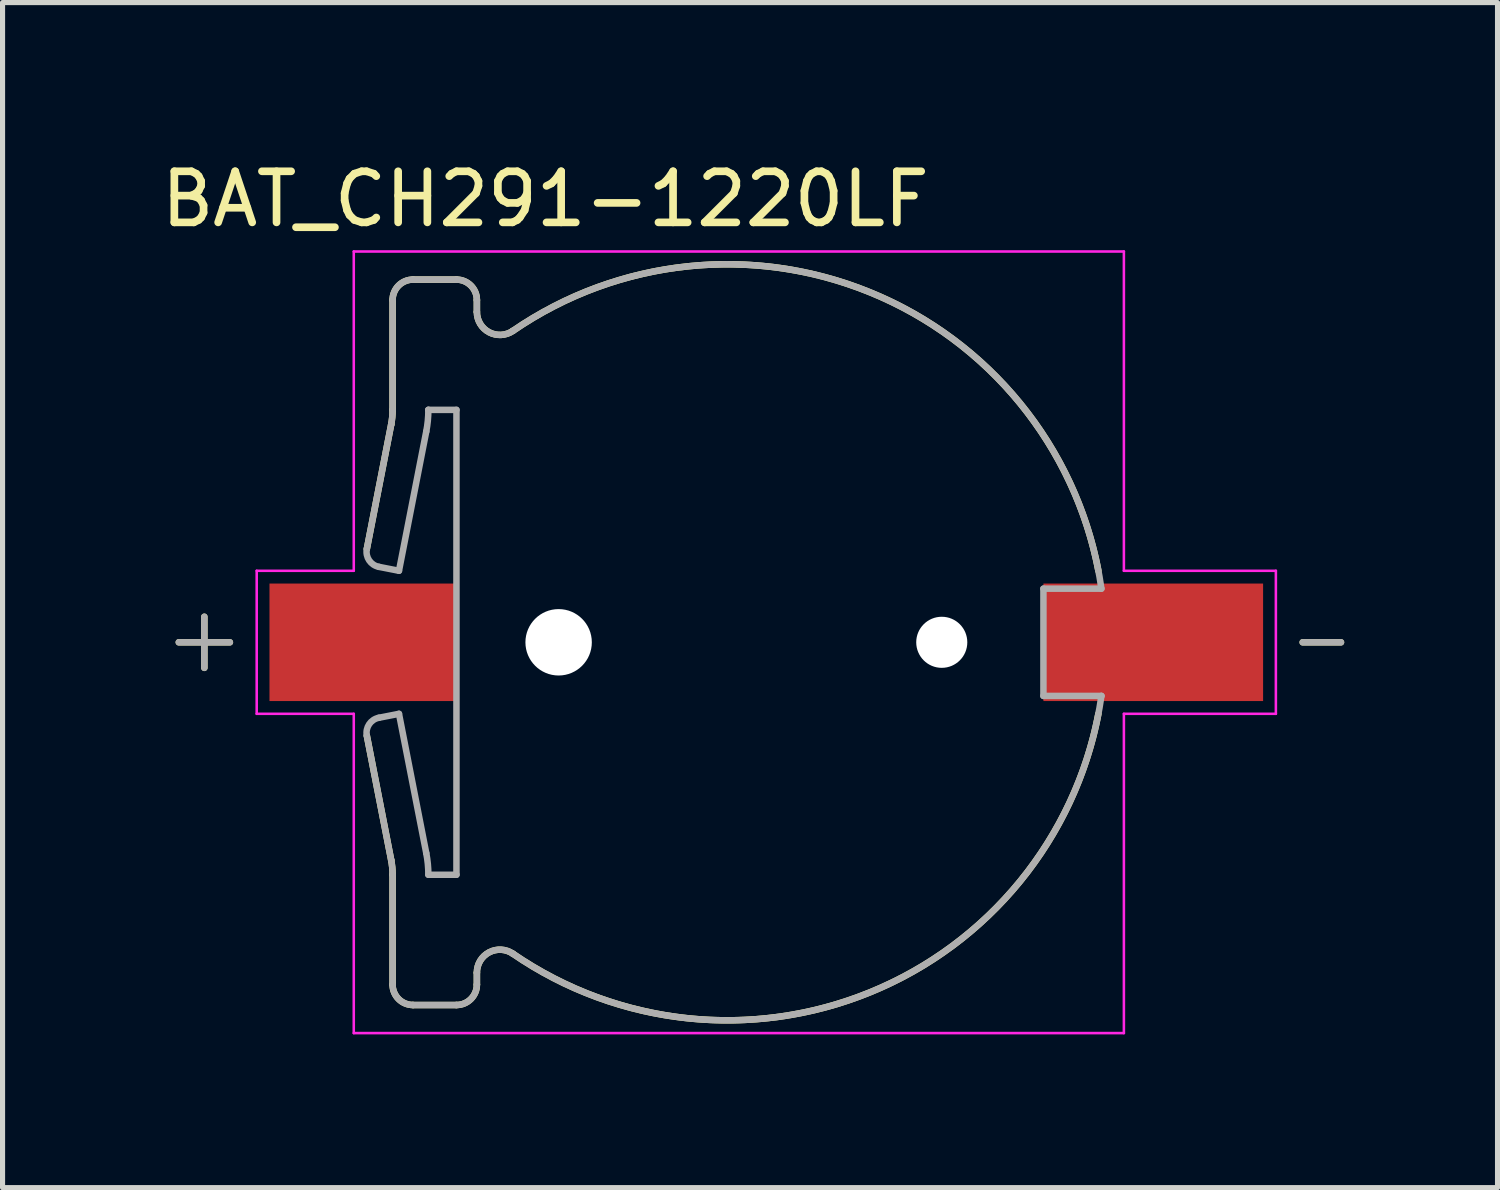
<source format=kicad_pcb>
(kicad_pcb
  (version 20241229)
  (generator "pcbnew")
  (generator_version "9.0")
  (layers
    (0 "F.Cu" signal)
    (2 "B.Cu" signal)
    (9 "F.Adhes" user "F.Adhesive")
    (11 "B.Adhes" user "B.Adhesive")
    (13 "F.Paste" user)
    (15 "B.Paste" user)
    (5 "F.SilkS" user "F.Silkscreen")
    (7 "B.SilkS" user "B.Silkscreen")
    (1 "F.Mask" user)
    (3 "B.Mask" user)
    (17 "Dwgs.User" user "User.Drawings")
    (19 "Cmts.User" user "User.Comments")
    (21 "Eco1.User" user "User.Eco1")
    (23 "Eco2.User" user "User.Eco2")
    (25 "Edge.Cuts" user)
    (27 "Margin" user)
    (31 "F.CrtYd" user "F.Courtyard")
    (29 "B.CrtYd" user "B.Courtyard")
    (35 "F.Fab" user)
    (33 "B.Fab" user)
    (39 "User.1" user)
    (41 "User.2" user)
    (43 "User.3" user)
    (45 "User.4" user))
  (footprint "BAT_CH291-1220LF"
    (layer "F.Cu")
    (at 11.95 9.523)
    (property "Reference" "BAT_CH291-1220LF" (at -4.325 -8.675 0) (layer "F.SilkS") (effects (font (size 1 1) (thickness 0.15))))
    (attr smd)
    (fp_line (start -11 -0.5) (end -11 0.5) (stroke (width 0.127) (type solid)) (layer "F.SilkS"))
    (fp_line (start -10.5 0) (end -11.5 0) (stroke (width 0.127) (type solid)) (layer "F.SilkS"))
    (fp_line (start -7.819 1.829) (end -7.343 4.262) (stroke (width 0.127) (type solid)) (layer "F.SilkS"))
    (fp_line (start -7.343 -4.262) (end -7.819 -1.829) (stroke (width 0.127) (type solid)) (layer "F.SilkS"))
    (fp_line (start -7.315 -6.7) (end -7.315 -4.55) (stroke (width 0.127) (type solid)) (layer "F.SilkS"))
    (fp_line (start -7.315 4.55) (end -7.315 6.7) (stroke (width 0.127) (type solid)) (layer "F.SilkS"))
    (fp_line (start -6.065 -7.1) (end -6.915 -7.1) (stroke (width 0.127) (type solid)) (layer "F.SilkS"))
    (fp_line (start -6.065 7.1) (end -6.915 7.1) (stroke (width 0.127) (type solid)) (layer "F.SilkS"))
    (fp_line (start -5.665 -6.7) (end -5.665 -6.467) (stroke (width 0.127) (type solid)) (layer "F.SilkS"))
    (fp_line (start -5.665 6.467) (end -5.665 6.7) (stroke (width 0.127) (type solid)) (layer "F.SilkS"))
    (fp_line (start 10.5 0) (end 11.25 0) (stroke (width 0.127) (type solid)) (layer "F.SilkS"))
    (fp_arc (start -7.34297 4.26171) (mid -7.32201 4.405178) (end -7.315 4.55) (stroke (width 0.127) (type solid)) (layer "F.SilkS"))
    (fp_arc (start -7.315 -6.7) (mid -7.197843 -6.982843) (end -6.915 -7.1) (stroke (width 0.127) (type solid)) (layer "F.SilkS"))
    (fp_arc (start -7.31499 -4.55) (mid -7.322 -4.405178) (end -7.34296 -4.26171) (stroke (width 0.127) (type solid)) (layer "F.SilkS"))
    (fp_arc (start -6.915 7.1) (mid -7.197843 6.982843) (end -7.315 6.7) (stroke (width 0.127) (type solid)) (layer "F.SilkS"))
    (fp_arc (start -6.065 -7.1) (mid -5.782157 -6.982843) (end -5.665 -6.7) (stroke (width 0.127) (type solid)) (layer "F.SilkS"))
    (fp_arc (start -5.665 6.46684) (mid -5.42441 6.068534) (end -4.9599 6.09613) (stroke (width 0.127) (type solid)) (layer "F.SilkS"))
    (fp_arc (start -5.665 6.7) (mid -5.782157 6.982843) (end -6.065 7.1) (stroke (width 0.127) (type solid)) (layer "F.SilkS"))
    (fp_arc (start -4.9599 -6.09613) (mid -5.42441 -6.068534) (end -5.665 -6.46684) (stroke (width 0.127) (type solid)) (layer "F.SilkS"))
    (fp_arc (start -4.9599 -6.09613) (mid 2.040681 -6.847477) (end 6.501359 -1.4) (stroke (width 0.127) (type solid)) (layer "F.SilkS"))
    (fp_arc (start 6.50136 1.4) (mid 2.040681 6.847478) (end -4.9599 6.09613) (stroke (width 0.127) (type solid)) (layer "F.SilkS"))
    (fp_line (start -9.975 -1.4) (end -8.075 -1.4) (stroke (width 0.05) (type solid)) (layer "F.CrtYd"))
    (fp_line (start -9.975 1.4) (end -9.975 -1.4) (stroke (width 0.05) (type solid)) (layer "F.CrtYd"))
    (fp_line (start -8.075 -7.65) (end 7 -7.65) (stroke (width 0.05) (type solid)) (layer "F.CrtYd"))
    (fp_line (start -8.075 -1.4) (end -8.075 -7.65) (stroke (width 0.05) (type solid)) (layer "F.CrtYd"))
    (fp_line (start -8.075 1.4) (end -9.975 1.4) (stroke (width 0.05) (type solid)) (layer "F.CrtYd"))
    (fp_line (start -8.075 7.65) (end -8.075 1.4) (stroke (width 0.05) (type solid)) (layer "F.CrtYd"))
    (fp_line (start 7 -7.65) (end 7 -1.4) (stroke (width 0.05) (type solid)) (layer "F.CrtYd"))
    (fp_line (start 7 -1.4) (end 9.975 -1.4) (stroke (width 0.05) (type solid)) (layer "F.CrtYd"))
    (fp_line (start 7 1.4) (end 7 7.65) (stroke (width 0.05) (type solid)) (layer "F.CrtYd"))
    (fp_line (start 7 7.65) (end -8.075 7.65) (stroke (width 0.05) (type solid)) (layer "F.CrtYd"))
    (fp_line (start 9.975 -1.4) (end 9.975 1.4) (stroke (width 0.05) (type solid)) (layer "F.CrtYd"))
    (fp_line (start 9.975 1.4) (end 7 1.4) (stroke (width 0.05) (type solid)) (layer "F.CrtYd"))
    (fp_line (start -11.5 0) (end -10.5 0) (stroke (width 0.127) (type solid)) (layer "F.Fab"))
    (fp_line (start -11 -0.5) (end -11 0.5) (stroke (width 0.127) (type solid)) (layer "F.Fab"))
    (fp_line (start -7.819 1.829) (end -7.343 4.262) (stroke (width 0.127) (type solid)) (layer "F.Fab"))
    (fp_line (start -7.583 -1.477) (end -7.19 -1.4) (stroke (width 0.127) (type solid)) (layer "F.Fab"))
    (fp_line (start -7.343 -4.262) (end -7.819 -1.829) (stroke (width 0.127) (type solid)) (layer "F.Fab"))
    (fp_line (start -7.315 -6.7) (end -7.315 -4.55) (stroke (width 0.127) (type solid)) (layer "F.Fab"))
    (fp_line (start -7.315 4.55) (end -7.315 6.7) (stroke (width 0.127) (type solid)) (layer "F.Fab"))
    (fp_line (start -7.19 -1.4) (end -6.656 -4.127) (stroke (width 0.127) (type solid)) (layer "F.Fab"))
    (fp_line (start -7.19 1.4) (end -7.583 1.477) (stroke (width 0.127) (type solid)) (layer "F.Fab"))
    (fp_line (start -6.656 4.127) (end -7.19 1.4) (stroke (width 0.127) (type solid)) (layer "F.Fab"))
    (fp_line (start -6.615 -4.55) (end -6.615 -4.55) (stroke (width 0.127) (type solid)) (layer "F.Fab"))
    (fp_line (start -6.615 -4.55) (end -6.065 -4.55) (stroke (width 0.127) (type solid)) (layer "F.Fab"))
    (fp_line (start -6.065 -7.1) (end -6.915 -7.1) (stroke (width 0.127) (type solid)) (layer "F.Fab"))
    (fp_line (start -6.065 -4.55) (end -6.065 4.55) (stroke (width 0.127) (type solid)) (layer "F.Fab"))
    (fp_line (start -6.065 4.55) (end -6.615 4.55) (stroke (width 0.127) (type solid)) (layer "F.Fab"))
    (fp_line (start -6.065 7.1) (end -6.915 7.1) (stroke (width 0.127) (type solid)) (layer "F.Fab"))
    (fp_line (start -5.665 -6.7) (end -5.665 -6.467) (stroke (width 0.127) (type solid)) (layer "F.Fab"))
    (fp_line (start -5.665 6.467) (end -5.665 6.7) (stroke (width 0.127) (type solid)) (layer "F.Fab"))
    (fp_line (start 5.425 -1.05) (end 5.425 1.05) (stroke (width 0.127) (type solid)) (layer "F.Fab"))
    (fp_line (start 5.425 1.05) (end 6.56 1.05) (stroke (width 0.127) (type solid)) (layer "F.Fab"))
    (fp_line (start 6.56 -1.05) (end 5.425 -1.05) (stroke (width 0.127) (type solid)) (layer "F.Fab"))
    (fp_line (start 6.56 1.05) (end 6.56 1.05) (stroke (width 0.127) (type solid)) (layer "F.Fab"))
    (fp_line (start 10.5 0) (end 11.25 0) (stroke (width 0.127) (type solid)) (layer "F.Fab"))
    (fp_arc (start -7.8194 1.82894) (mid -7.773943 1.603881) (end -7.58266 1.47688) (stroke (width 0.127) (type solid)) (layer "F.Fab"))
    (fp_arc (start -7.58266 -1.47687) (mid -7.77395 -1.603873) (end -7.81941 -1.82894) (stroke (width 0.127) (type solid)) (layer "F.Fab"))
    (fp_arc (start -7.34297 4.26171) (mid -7.32201 4.405178) (end -7.315 4.55) (stroke (width 0.127) (type solid)) (layer "F.Fab"))
    (fp_arc (start -7.315 -6.7) (mid -7.197843 -6.982843) (end -6.915 -7.1) (stroke (width 0.127) (type solid)) (layer "F.Fab"))
    (fp_arc (start -7.31499 -4.55) (mid -7.322 -4.405178) (end -7.34296 -4.26171) (stroke (width 0.127) (type solid)) (layer "F.Fab"))
    (fp_arc (start -6.915 7.1) (mid -7.197843 6.982843) (end -7.315 6.7) (stroke (width 0.127) (type solid)) (layer "F.Fab"))
    (fp_arc (start -6.65601 4.12718) (mid -6.625276 4.337598) (end -6.615 4.55) (stroke (width 0.127) (type solid)) (layer "F.Fab"))
    (fp_arc (start -6.615 -4.55) (mid -6.625276 -4.337598) (end -6.65601 -4.12718) (stroke (width 0.127) (type solid)) (layer "F.Fab"))
    (fp_arc (start -6.065 -7.1) (mid -5.782157 -6.982843) (end -5.665 -6.7) (stroke (width 0.127) (type solid)) (layer "F.Fab"))
    (fp_arc (start -5.665 6.46684) (mid -5.42441 6.068534) (end -4.9599 6.09613) (stroke (width 0.127) (type solid)) (layer "F.Fab"))
    (fp_arc (start -5.665 6.7) (mid -5.782157 6.982843) (end -6.065 7.1) (stroke (width 0.127) (type solid)) (layer "F.Fab"))
    (fp_arc (start -4.9599 -6.09613) (mid -5.42441 -6.068534) (end -5.665 -6.46684) (stroke (width 0.127) (type solid)) (layer "F.Fab"))
    (fp_arc (start -4.9599 -6.09613) (mid 2.204089 -6.778258) (end 6.56013 -1.05) (stroke (width 0.127) (type solid)) (layer "F.Fab"))
    (fp_arc (start 6.56013 1.05) (mid 2.204074 6.778225) (end -4.959901 6.09613) (stroke (width 0.127) (type solid)) (layer "F.Fab"))
    (pad "" np_thru_hole circle (at -4.065 0) (size 1.3 1.3) (drill 1.3) (layers "*.Cu" "*.Mask"))
    (pad "" np_thru_hole circle (at 3.435 0) (size 1 1) (drill 1) (layers "*.Cu" "*.Mask"))
    (pad "N" smd rect (at 7.575 0) (size 4.3 2.3) (layers "F.Cu" "F.Mask" "F.Paste"))
    (pad "P" smd rect (at -7.895 0) (size 3.66 2.3) (layers "F.Cu" "F.Mask" "F.Paste")))
  (gr_rect
    (start -3 -3)
    (end 26.264 20.198)
    (stroke (width 0.1) (type default))
    (fill no)
    (layer "Edge.Cuts")))
</source>
